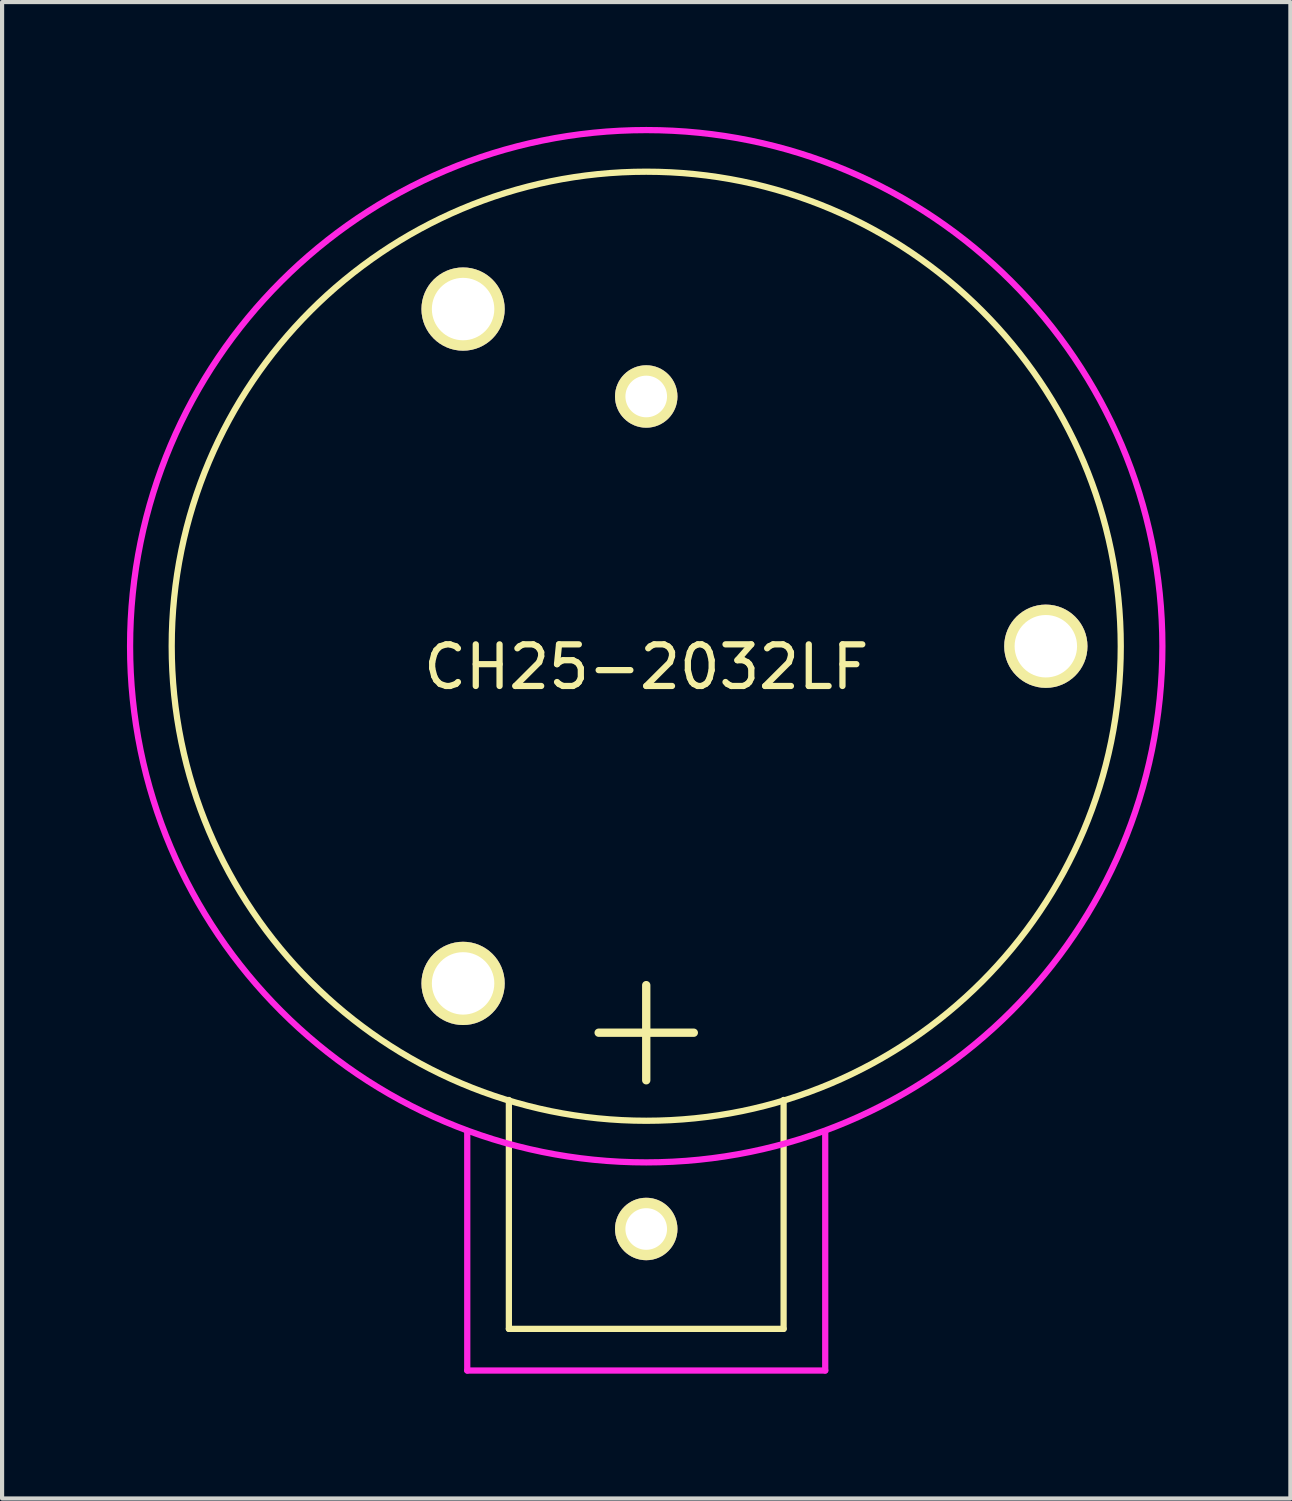
<source format=kicad_pcb>
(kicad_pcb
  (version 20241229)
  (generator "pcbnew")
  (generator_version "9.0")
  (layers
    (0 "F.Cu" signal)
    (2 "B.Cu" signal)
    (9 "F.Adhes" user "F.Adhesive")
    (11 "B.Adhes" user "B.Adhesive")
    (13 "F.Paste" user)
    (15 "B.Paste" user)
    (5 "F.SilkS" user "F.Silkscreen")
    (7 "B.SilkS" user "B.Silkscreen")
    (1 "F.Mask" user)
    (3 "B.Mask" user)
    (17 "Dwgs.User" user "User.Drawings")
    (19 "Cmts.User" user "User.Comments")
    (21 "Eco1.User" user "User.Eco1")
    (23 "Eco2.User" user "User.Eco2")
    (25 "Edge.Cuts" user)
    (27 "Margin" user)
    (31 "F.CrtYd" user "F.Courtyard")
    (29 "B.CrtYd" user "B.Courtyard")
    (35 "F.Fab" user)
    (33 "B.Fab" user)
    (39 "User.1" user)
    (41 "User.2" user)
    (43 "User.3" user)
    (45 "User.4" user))
  (footprint "CH25-2032LF"
    (layer "F.Cu")
    (at 12.475 12.475)
    (property "Reference" "CH25-2032LF" (at 0 0.5 0) (layer "F.SilkS") (effects (font (size 1 1) (thickness 0.15))))
    (attr through_hole)
    (fp_line (start -3.3 16.4) (end -3.3 10.9) (stroke (width 0.15) (type solid)) (layer "F.SilkS"))
    (fp_line (start -3.3 16.4) (end 3.3 16.4) (stroke (width 0.15) (type solid)) (layer "F.SilkS"))
    (fp_line (start 3.3 16.4) (end 3.3 10.9) (stroke (width 0.15) (type solid)) (layer "F.SilkS"))
    (fp_circle (center 0 0) (end 11.4 0) (stroke (width 0.15) (type solid)) (fill no) (layer "F.SilkS"))
    (fp_line (start -4.3 17.4) (end -4.3 11.65) (stroke (width 0.15) (type solid)) (layer "F.CrtYd"))
    (fp_line (start -4.3 17.4) (end 4.3 17.4) (stroke (width 0.15) (type solid)) (layer "F.CrtYd"))
    (fp_line (start 4.3 17.4) (end 4.3 11.65) (stroke (width 0.15) (type solid)) (layer "F.CrtYd"))
    (fp_circle (center 0 0) (end 12.4 0) (stroke (width 0.15) (type solid)) (fill no) (layer "F.CrtYd"))
    (fp_text user "+" (at 0 9.05 0) (layer "F.SilkS") (effects (font (size 3 3) (thickness 0.2))))
    (pad "" np_thru_hole circle (at -4.4 -8.1) (size 2 2) (drill 1.5) (layers "*.Cu" "*.Mask" "F.SilkS"))
    (pad "" np_thru_hole circle (at -4.4 8.1) (size 2 2) (drill 1.5) (layers "*.Cu" "*.Mask" "F.SilkS"))
    (pad "" np_thru_hole circle (at 9.6 0) (size 2 2) (drill 1.5) (layers "*.Cu" "*.Mask" "F.SilkS"))
    (pad "1" thru_hole circle (at 0 14) (size 1.5 1.5) (drill 1) (layers "*.Cu" "*.Mask" "F.SilkS"))
    (pad "2" thru_hole circle (at 0 -6) (size 1.5 1.5) (drill 1) (layers "*.Cu" "*.Mask" "F.SilkS")))
  (gr_rect
    (start -3 -3)
    (end 27.95 32.95)
    (stroke (width 0.1) (type default))
    (fill no)
    (layer "Edge.Cuts")))
</source>
